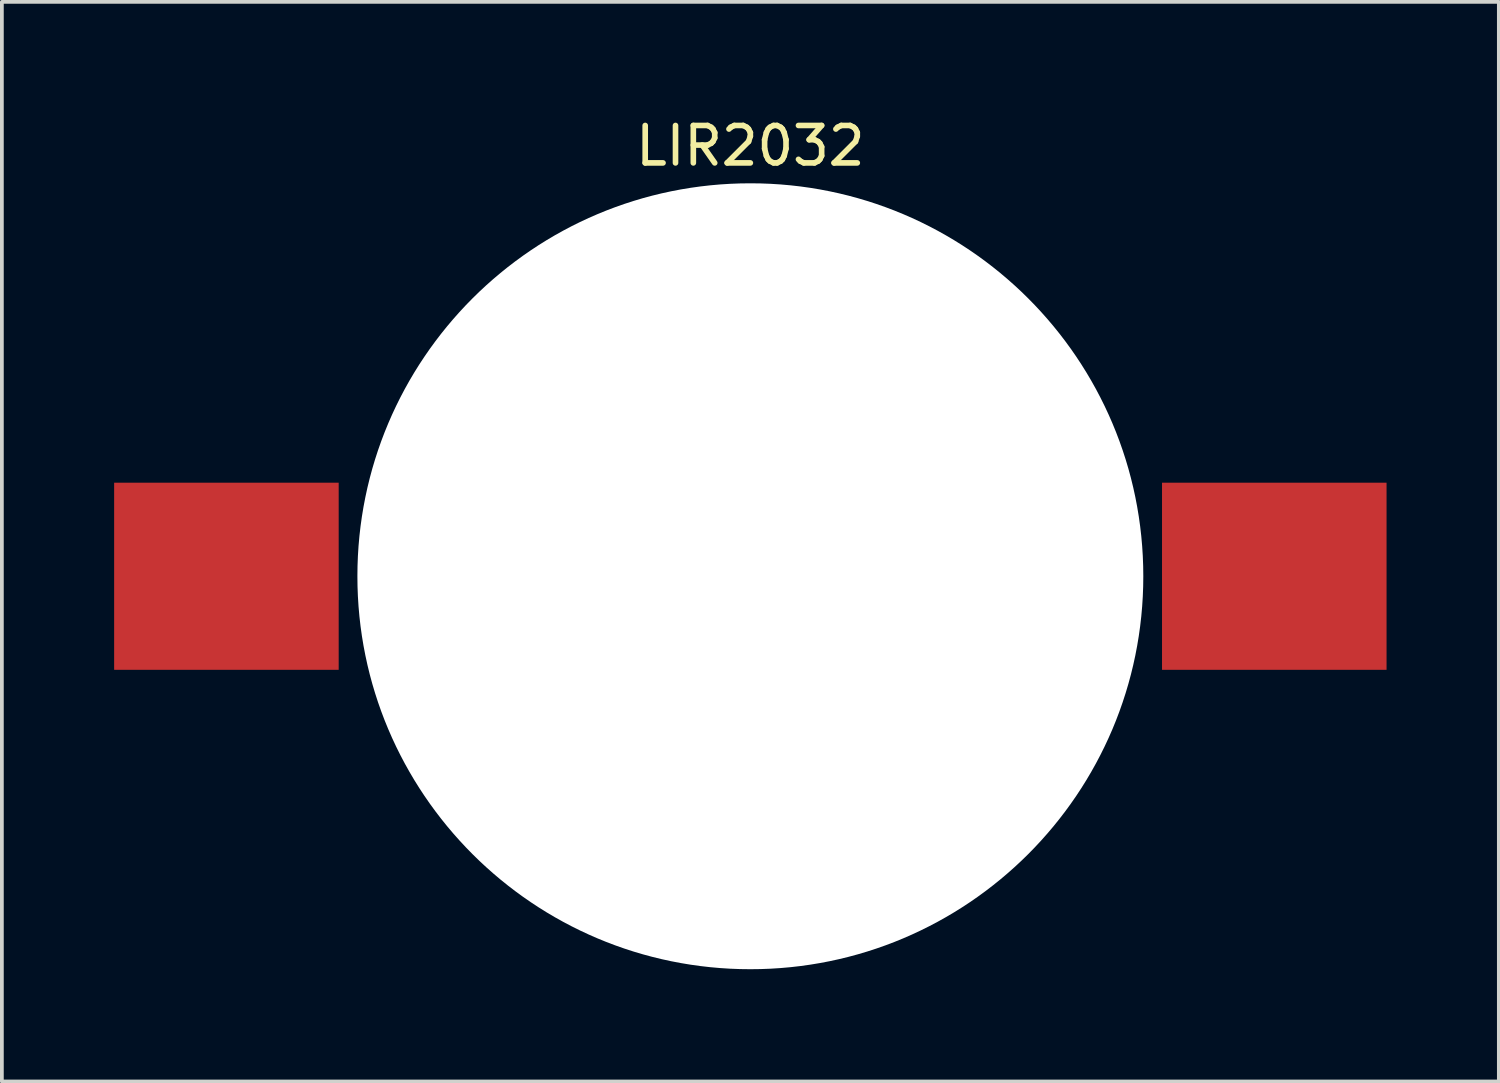
<source format=kicad_pcb>
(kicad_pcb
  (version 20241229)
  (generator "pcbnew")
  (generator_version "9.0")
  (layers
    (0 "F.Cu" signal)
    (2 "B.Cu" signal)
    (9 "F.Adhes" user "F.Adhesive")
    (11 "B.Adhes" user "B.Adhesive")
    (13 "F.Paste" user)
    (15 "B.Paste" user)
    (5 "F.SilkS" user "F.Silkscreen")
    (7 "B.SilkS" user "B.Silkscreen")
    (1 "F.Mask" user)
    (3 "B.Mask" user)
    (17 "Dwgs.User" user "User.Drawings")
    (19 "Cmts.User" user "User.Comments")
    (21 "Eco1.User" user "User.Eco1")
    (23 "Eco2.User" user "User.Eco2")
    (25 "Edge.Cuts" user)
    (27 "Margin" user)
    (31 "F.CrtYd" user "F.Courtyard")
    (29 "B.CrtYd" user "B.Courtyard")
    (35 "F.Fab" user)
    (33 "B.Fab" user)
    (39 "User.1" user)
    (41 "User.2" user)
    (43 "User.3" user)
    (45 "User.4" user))
  (footprint "LIR2032"
    (layer "F.Cu")
    (at 17 12.348)
    (property "Reference" "LIR2032" (at 0 -11.5 0) (layer "F.SilkS") (effects (font (size 1 1) (thickness 0.15))))
    (attr through_hole)
    (pad "" np_thru_hole circle (at 0 0) (size 21 21) (drill 21) (layers "*.Cu" "*.Mask"))
    (pad "+" smd rect (at 14 0) (size 6 5) (layers "F.Cu" "F.Mask" "F.Paste"))
    (pad "-" smd rect (at -14 0) (size 6 5) (layers "F.Cu" "F.Mask" "F.Paste")))
  (gr_rect
    (start -3 -3)
    (end 37 25.848)
    (stroke (width 0.1) (type default))
    (fill no)
    (layer "Edge.Cuts")))
</source>
